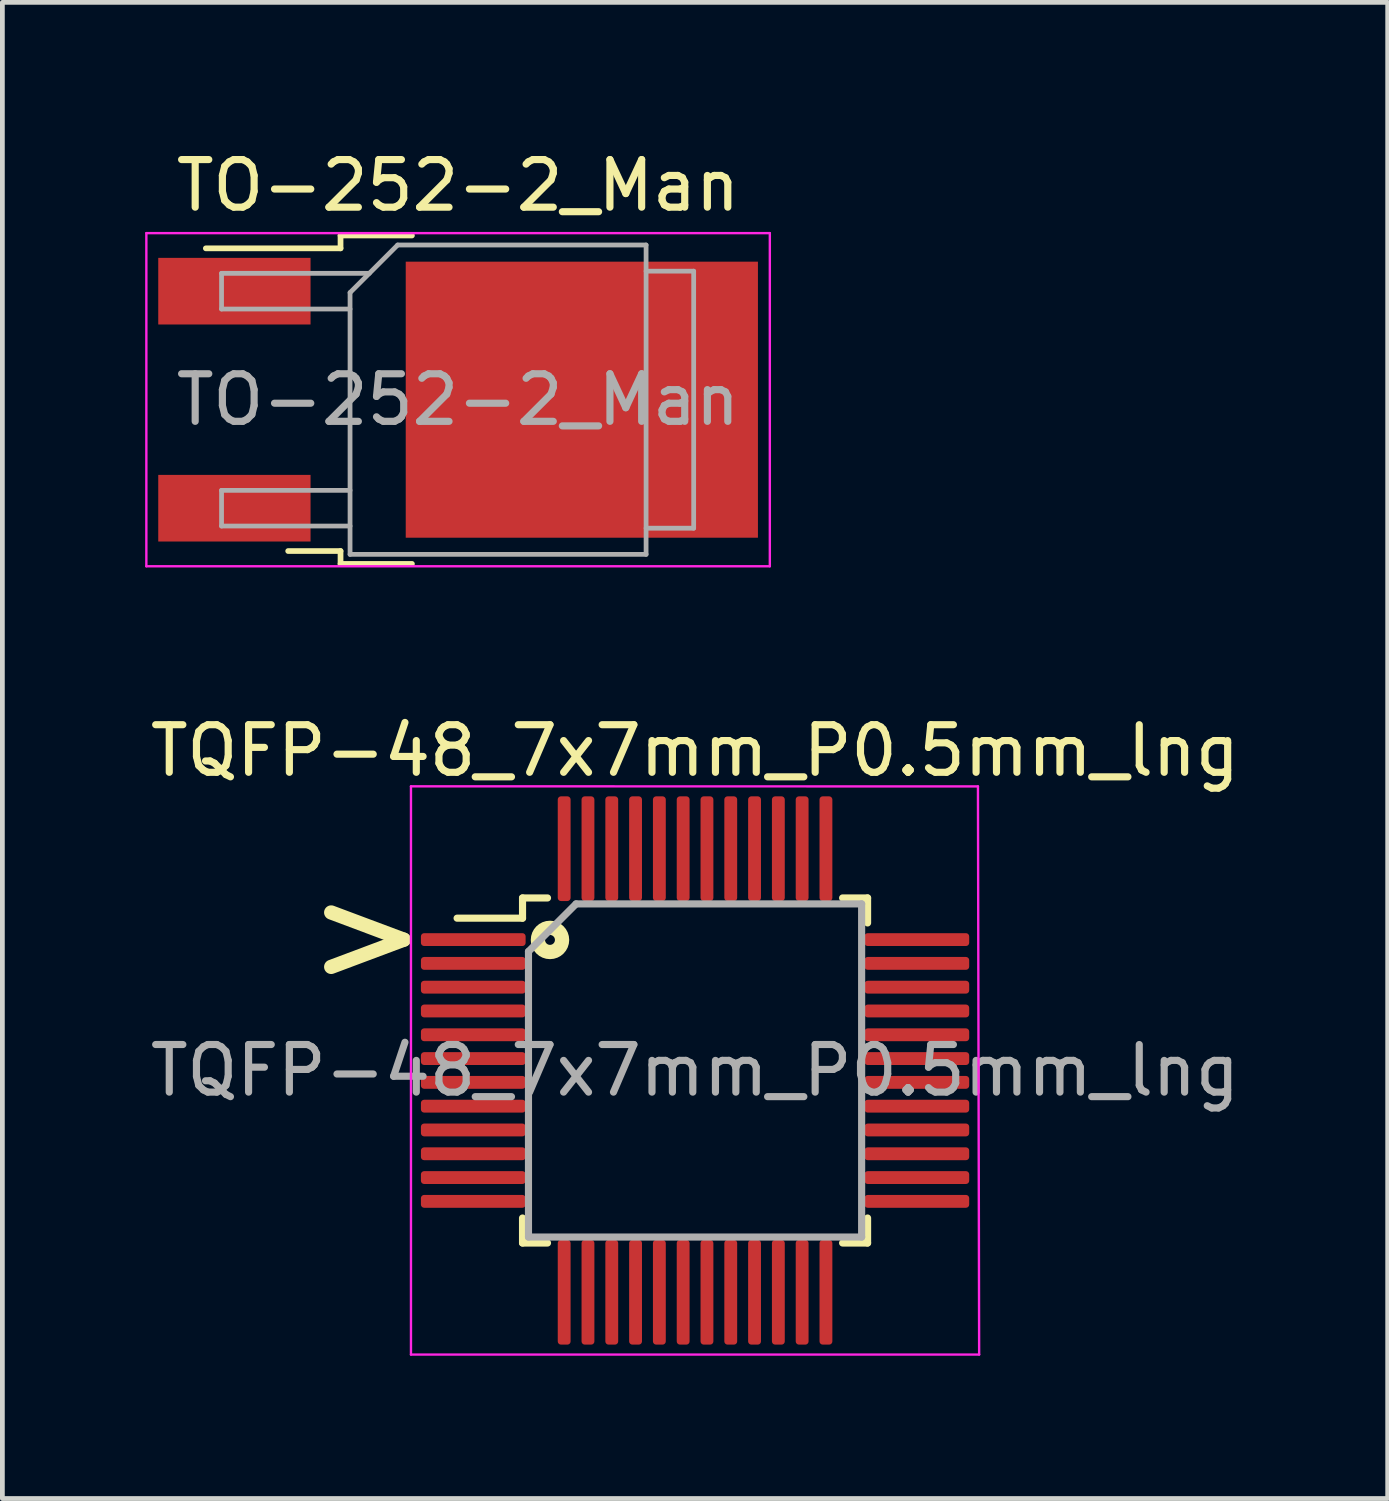
<source format=kicad_pcb>
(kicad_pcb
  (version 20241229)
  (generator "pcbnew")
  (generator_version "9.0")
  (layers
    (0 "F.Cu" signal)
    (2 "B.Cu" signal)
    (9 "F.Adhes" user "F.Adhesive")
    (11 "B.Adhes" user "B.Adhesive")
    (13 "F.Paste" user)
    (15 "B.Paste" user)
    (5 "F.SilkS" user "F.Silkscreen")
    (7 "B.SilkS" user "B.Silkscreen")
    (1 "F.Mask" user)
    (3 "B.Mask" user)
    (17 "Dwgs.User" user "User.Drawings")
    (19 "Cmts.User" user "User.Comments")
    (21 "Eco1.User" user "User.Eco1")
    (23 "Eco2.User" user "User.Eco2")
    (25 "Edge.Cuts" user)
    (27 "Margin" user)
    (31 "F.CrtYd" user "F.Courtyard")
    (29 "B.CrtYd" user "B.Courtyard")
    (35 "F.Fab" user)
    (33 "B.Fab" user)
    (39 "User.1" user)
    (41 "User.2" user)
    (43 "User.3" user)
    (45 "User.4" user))
  (footprint "TO-252-2_Man"
    (layer "F.Cu")
    (at 6.575 5.348)
    (property "Reference" "TO-252-2_Man" (at 0 -4.5 0) (layer "F.SilkS") (effects (font (size 1 1) (thickness 0.15))))
    (attr smd)
    (fp_line (start -2.47 -3.45) (end -2.47 -3.18) (stroke (width 0.12) (type solid)) (layer "F.SilkS"))
    (fp_line (start -2.47 -3.18) (end -5.3 -3.18) (stroke (width 0.12) (type solid)) (layer "F.SilkS"))
    (fp_line (start -2.47 3.18) (end -3.57 3.18) (stroke (width 0.12) (type solid)) (layer "F.SilkS"))
    (fp_line (start -2.47 3.45) (end -2.47 3.18) (stroke (width 0.12) (type solid)) (layer "F.SilkS"))
    (fp_line (start -0.97 -3.45) (end -2.47 -3.45) (stroke (width 0.12) (type solid)) (layer "F.SilkS"))
    (fp_line (start -0.97 3.45) (end -2.47 3.45) (stroke (width 0.12) (type solid)) (layer "F.SilkS"))
    (fp_line (start -6.55 -3.5) (end -6.55 3.5) (stroke (width 0.05) (type solid)) (layer "F.CrtYd"))
    (fp_line (start -6.55 3.5) (end 6.55 3.5) (stroke (width 0.05) (type solid)) (layer "F.CrtYd"))
    (fp_line (start 6.55 -3.5) (end -6.55 -3.5) (stroke (width 0.05) (type solid)) (layer "F.CrtYd"))
    (fp_line (start 6.55 3.5) (end 6.55 -3.5) (stroke (width 0.05) (type solid)) (layer "F.CrtYd"))
    (fp_line (start -4.97 -2.655) (end -4.97 -1.905) (stroke (width 0.1) (type solid)) (layer "F.Fab"))
    (fp_line (start -4.97 -1.905) (end -2.27 -1.905) (stroke (width 0.1) (type solid)) (layer "F.Fab"))
    (fp_line (start -4.97 1.905) (end -4.97 2.655) (stroke (width 0.1) (type solid)) (layer "F.Fab"))
    (fp_line (start -4.97 2.655) (end -2.27 2.655) (stroke (width 0.1) (type solid)) (layer "F.Fab"))
    (fp_line (start -2.27 -2.25) (end -1.27 -3.25) (stroke (width 0.1) (type solid)) (layer "F.Fab"))
    (fp_line (start -2.27 1.905) (end -4.97 1.905) (stroke (width 0.1) (type solid)) (layer "F.Fab"))
    (fp_line (start -2.27 3.25) (end -2.27 -2.25) (stroke (width 0.1) (type solid)) (layer "F.Fab"))
    (fp_line (start -1.865 -2.655) (end -4.97 -2.655) (stroke (width 0.1) (type solid)) (layer "F.Fab"))
    (fp_line (start -1.27 -3.25) (end 3.95 -3.25) (stroke (width 0.1) (type solid)) (layer "F.Fab"))
    (fp_line (start 3.95 -3.25) (end 3.95 3.25) (stroke (width 0.1) (type solid)) (layer "F.Fab"))
    (fp_line (start 3.95 -2.7) (end 4.95 -2.7) (stroke (width 0.1) (type solid)) (layer "F.Fab"))
    (fp_line (start 3.95 3.25) (end -2.27 3.25) (stroke (width 0.1) (type solid)) (layer "F.Fab"))
    (fp_line (start 4.95 -2.7) (end 4.95 2.7) (stroke (width 0.1) (type solid)) (layer "F.Fab"))
    (fp_line (start 4.95 2.7) (end 3.95 2.7) (stroke (width 0.1) (type solid)) (layer "F.Fab"))
    (fp_text user "${REFERENCE}" (at 0 0 0) (layer "F.Fab") (effects (font (size 1 1) (thickness 0.15))))
    (pad "" smd rect (at 0.425 -1.525) (size 3.05 2.75) (layers "F.Paste"))
    (pad "" smd rect (at 0.425 1.525) (size 3.05 2.75) (layers "F.Paste"))
    (pad "" smd rect (at 3.775 -1.525) (size 3.05 2.75) (layers "F.Paste"))
    (pad "" smd rect (at 3.775 1.525) (size 3.05 2.75) (layers "F.Paste"))
    (pad "1" smd rect (at -4.7 -2.28) (size 3.2 1.4) (layers "F.Cu" "F.Mask" "F.Paste"))
    (pad "2" smd rect (at 2.6 0) (size 7.4 5.8) (layers "F.Cu" "F.Mask"))
    (pad "3" smd rect (at -4.7 2.28) (size 3.2 1.4) (layers "F.Cu" "F.Mask" "F.Paste")))
  (footprint "TQFP-48_7x7mm_P0.5mm_lng"
    (layer "F.Cu")
    (at 11.554 19.442)
    (property "Reference" "TQFP-48_7x7mm_P0.5mm_lng" (at 0 -6.72 0) (layer "F.SilkS") (effects (font (size 1 1) (thickness 0.15))))
    (attr smd)
    (fp_line (start -3.625 -3.625) (end -3.625 -3.2) (stroke (width 0.15) (type solid)) (layer "F.SilkS"))
    (fp_line (start -3.625 -3.625) (end -3.1 -3.625) (stroke (width 0.15) (type solid)) (layer "F.SilkS"))
    (fp_line (start -3.625 -3.2) (end -5 -3.2) (stroke (width 0.15) (type solid)) (layer "F.SilkS"))
    (fp_line (start -3.625 3.625) (end -3.625 3.1) (stroke (width 0.15) (type solid)) (layer "F.SilkS"))
    (fp_line (start -3.625 3.625) (end -3.1 3.625) (stroke (width 0.15) (type solid)) (layer "F.SilkS"))
    (fp_line (start 3.625 -3.625) (end 3.1 -3.625) (stroke (width 0.15) (type solid)) (layer "F.SilkS"))
    (fp_line (start 3.625 -3.625) (end 3.625 -3.1) (stroke (width 0.15) (type solid)) (layer "F.SilkS"))
    (fp_line (start 3.625 3.625) (end 3.1 3.625) (stroke (width 0.15) (type solid)) (layer "F.SilkS"))
    (fp_line (start 3.625 3.625) (end 3.625 3.1) (stroke (width 0.15) (type solid)) (layer "F.SilkS"))
    (fp_circle (center -3.048 -2.743) (end -2.794 -2.743) (stroke (width 0.3) (type solid)) (fill no) (layer "F.SilkS"))
    (fp_line (start -5.969 -5.97) (end -5.969 5.969) (stroke (width 0.05) (type solid)) (layer "F.CrtYd"))
    (fp_line (start -5.969 -5.97) (end 5.944 -5.969) (stroke (width 0.05) (type solid)) (layer "F.CrtYd"))
    (fp_line (start -5.969 5.969) (end 5.969 5.969) (stroke (width 0.05) (type solid)) (layer "F.CrtYd"))
    (fp_line (start 5.944 -5.969) (end 5.969 5.969) (stroke (width 0.05) (type solid)) (layer "F.CrtYd"))
    (fp_line (start -3.5 -2.5) (end -2.5 -3.5) (stroke (width 0.15) (type solid)) (layer "F.Fab"))
    (fp_line (start -3.5 3.5) (end -3.5 -2.5) (stroke (width 0.15) (type solid)) (layer "F.Fab"))
    (fp_line (start -2.5 -3.5) (end 3.5 -3.5) (stroke (width 0.15) (type solid)) (layer "F.Fab"))
    (fp_line (start 3.5 -3.5) (end 3.5 3.5) (stroke (width 0.15) (type solid)) (layer "F.Fab"))
    (fp_line (start 3.5 3.5) (end -3.5 3.5) (stroke (width 0.15) (type solid)) (layer "F.Fab"))
    (fp_text user ">" (at -6.883 -2.896 0) (unlocked yes) (layer "F.SilkS") (effects (font (size 2 2) (thickness 0.3))))
    (fp_text user "${REFERENCE}" (at 0 0 0) (layer "F.Fab") (effects (font (size 1 1) (thickness 0.15))))
    (pad "1" smd roundrect (at -4.66 -2.75) (size 2.2 0.27) (layers "F.Cu" "F.Mask" "F.Paste") (roundrect_rratio 0.25))
    (pad "2" smd roundrect (at -4.66 -2.25) (size 2.2 0.27) (layers "F.Cu" "F.Mask" "F.Paste") (roundrect_rratio 0.25))
    (pad "3" smd roundrect (at -4.66 -1.75) (size 2.2 0.27) (layers "F.Cu" "F.Mask" "F.Paste") (roundrect_rratio 0.25))
    (pad "4" smd roundrect (at -4.66 -1.25) (size 2.2 0.27) (layers "F.Cu" "F.Mask" "F.Paste") (roundrect_rratio 0.25))
    (pad "5" smd roundrect (at -4.66 -0.75) (size 2.2 0.27) (layers "F.Cu" "F.Mask" "F.Paste") (roundrect_rratio 0.25))
    (pad "6" smd roundrect (at -4.66 -0.25) (size 2.2 0.27) (layers "F.Cu" "F.Mask" "F.Paste") (roundrect_rratio 0.25))
    (pad "7" smd roundrect (at -4.66 0.25) (size 2.2 0.27) (layers "F.Cu" "F.Mask" "F.Paste") (roundrect_rratio 0.25))
    (pad "8" smd roundrect (at -4.66 0.75) (size 2.2 0.27) (layers "F.Cu" "F.Mask" "F.Paste") (roundrect_rratio 0.25))
    (pad "9" smd roundrect (at -4.66 1.25) (size 2.2 0.27) (layers "F.Cu" "F.Mask" "F.Paste") (roundrect_rratio 0.25))
    (pad "10" smd roundrect (at -4.66 1.75) (size 2.2 0.27) (layers "F.Cu" "F.Mask" "F.Paste") (roundrect_rratio 0.25))
    (pad "11" smd roundrect (at -4.66 2.25) (size 2.2 0.27) (layers "F.Cu" "F.Mask" "F.Paste") (roundrect_rratio 0.25))
    (pad "12" smd roundrect (at -4.66 2.75) (size 2.2 0.27) (layers "F.Cu" "F.Mask" "F.Paste") (roundrect_rratio 0.25))
    (pad "13" smd roundrect (at -2.75 4.66 90) (size 2.2 0.27) (layers "F.Cu" "F.Mask" "F.Paste") (roundrect_rratio 0.25))
    (pad "14" smd roundrect (at -2.25 4.66 90) (size 2.2 0.27) (layers "F.Cu" "F.Mask" "F.Paste") (roundrect_rratio 0.25))
    (pad "15" smd roundrect (at -1.75 4.66 90) (size 2.2 0.27) (layers "F.Cu" "F.Mask" "F.Paste") (roundrect_rratio 0.25))
    (pad "16" smd roundrect (at -1.25 4.66 90) (size 2.2 0.27) (layers "F.Cu" "F.Mask" "F.Paste") (roundrect_rratio 0.25))
    (pad "17" smd roundrect (at -0.75 4.66 90) (size 2.2 0.27) (layers "F.Cu" "F.Mask" "F.Paste") (roundrect_rratio 0.25))
    (pad "18" smd roundrect (at -0.25 4.66 90) (size 2.2 0.27) (layers "F.Cu" "F.Mask" "F.Paste") (roundrect_rratio 0.25))
    (pad "19" smd roundrect (at 0.25 4.66 90) (size 2.2 0.27) (layers "F.Cu" "F.Mask" "F.Paste") (roundrect_rratio 0.25))
    (pad "20" smd roundrect (at 0.75 4.66 90) (size 2.2 0.27) (layers "F.Cu" "F.Mask" "F.Paste") (roundrect_rratio 0.25))
    (pad "21" smd roundrect (at 1.25 4.66 90) (size 2.2 0.27) (layers "F.Cu" "F.Mask" "F.Paste") (roundrect_rratio 0.25))
    (pad "22" smd roundrect (at 1.75 4.66 90) (size 2.2 0.27) (layers "F.Cu" "F.Mask" "F.Paste") (roundrect_rratio 0.25))
    (pad "23" smd roundrect (at 2.25 4.66 90) (size 2.2 0.27) (layers "F.Cu" "F.Mask" "F.Paste") (roundrect_rratio 0.25))
    (pad "24" smd roundrect (at 2.75 4.66 90) (size 2.2 0.27) (layers "F.Cu" "F.Mask" "F.Paste") (roundrect_rratio 0.25))
    (pad "25" smd roundrect (at 4.66 2.75) (size 2.2 0.27) (layers "F.Cu" "F.Mask" "F.Paste") (roundrect_rratio 0.25))
    (pad "26" smd roundrect (at 4.66 2.25) (size 2.2 0.27) (layers "F.Cu" "F.Mask" "F.Paste") (roundrect_rratio 0.25))
    (pad "27" smd roundrect (at 4.66 1.75) (size 2.2 0.27) (layers "F.Cu" "F.Mask" "F.Paste") (roundrect_rratio 0.25))
    (pad "28" smd roundrect (at 4.66 1.25) (size 2.2 0.27) (layers "F.Cu" "F.Mask" "F.Paste") (roundrect_rratio 0.25))
    (pad "29" smd roundrect (at 4.66 0.75) (size 2.2 0.27) (layers "F.Cu" "F.Mask" "F.Paste") (roundrect_rratio 0.25))
    (pad "30" smd roundrect (at 4.66 0.25) (size 2.2 0.27) (layers "F.Cu" "F.Mask" "F.Paste") (roundrect_rratio 0.25))
    (pad "31" smd roundrect (at 4.66 -0.25) (size 2.2 0.27) (layers "F.Cu" "F.Mask" "F.Paste") (roundrect_rratio 0.25))
    (pad "32" smd roundrect (at 4.66 -0.75) (size 2.2 0.27) (layers "F.Cu" "F.Mask" "F.Paste") (roundrect_rratio 0.25))
    (pad "33" smd roundrect (at 4.66 -1.25) (size 2.2 0.27) (layers "F.Cu" "F.Mask" "F.Paste") (roundrect_rratio 0.25))
    (pad "34" smd roundrect (at 4.66 -1.75) (size 2.2 0.27) (layers "F.Cu" "F.Mask" "F.Paste") (roundrect_rratio 0.25))
    (pad "35" smd roundrect (at 4.66 -2.25) (size 2.2 0.27) (layers "F.Cu" "F.Mask" "F.Paste") (roundrect_rratio 0.25))
    (pad "36" smd roundrect (at 4.66 -2.75) (size 2.2 0.27) (layers "F.Cu" "F.Mask" "F.Paste") (roundrect_rratio 0.25))
    (pad "37" smd roundrect (at 2.75 -4.66 90) (size 2.2 0.27) (layers "F.Cu" "F.Mask" "F.Paste") (roundrect_rratio 0.25))
    (pad "38" smd roundrect (at 2.25 -4.66 90) (size 2.2 0.27) (layers "F.Cu" "F.Mask" "F.Paste") (roundrect_rratio 0.25))
    (pad "39" smd roundrect (at 1.75 -4.66 90) (size 2.2 0.27) (layers "F.Cu" "F.Mask" "F.Paste") (roundrect_rratio 0.25))
    (pad "40" smd roundrect (at 1.25 -4.66 90) (size 2.2 0.27) (layers "F.Cu" "F.Mask" "F.Paste") (roundrect_rratio 0.25))
    (pad "41" smd roundrect (at 0.75 -4.66 90) (size 2.2 0.27) (layers "F.Cu" "F.Mask" "F.Paste") (roundrect_rratio 0.25))
    (pad "42" smd roundrect (at 0.25 -4.66 90) (size 2.2 0.27) (layers "F.Cu" "F.Mask" "F.Paste") (roundrect_rratio 0.25))
    (pad "43" smd roundrect (at -0.25 -4.66 90) (size 2.2 0.27) (layers "F.Cu" "F.Mask" "F.Paste") (roundrect_rratio 0.25))
    (pad "44" smd roundrect (at -0.75 -4.66 90) (size 2.2 0.27) (layers "F.Cu" "F.Mask" "F.Paste") (roundrect_rratio 0.25))
    (pad "45" smd roundrect (at -1.25 -4.66 90) (size 2.2 0.27) (layers "F.Cu" "F.Mask" "F.Paste") (roundrect_rratio 0.25))
    (pad "46" smd roundrect (at -1.75 -4.66 90) (size 2.2 0.27) (layers "F.Cu" "F.Mask" "F.Paste") (roundrect_rratio 0.25))
    (pad "47" smd roundrect (at -2.25 -4.66 90) (size 2.2 0.27) (layers "F.Cu" "F.Mask" "F.Paste") (roundrect_rratio 0.25))
    (pad "48" smd roundrect (at -2.75 -4.66 90) (size 2.2 0.27) (layers "F.Cu" "F.Mask" "F.Paste") (roundrect_rratio 0.25)))
  (gr_rect
    (start -3 -3)
    (end 26.107 28.436)
    (stroke (width 0.1) (type default))
    (fill no)
    (layer "Edge.Cuts")))
</source>
